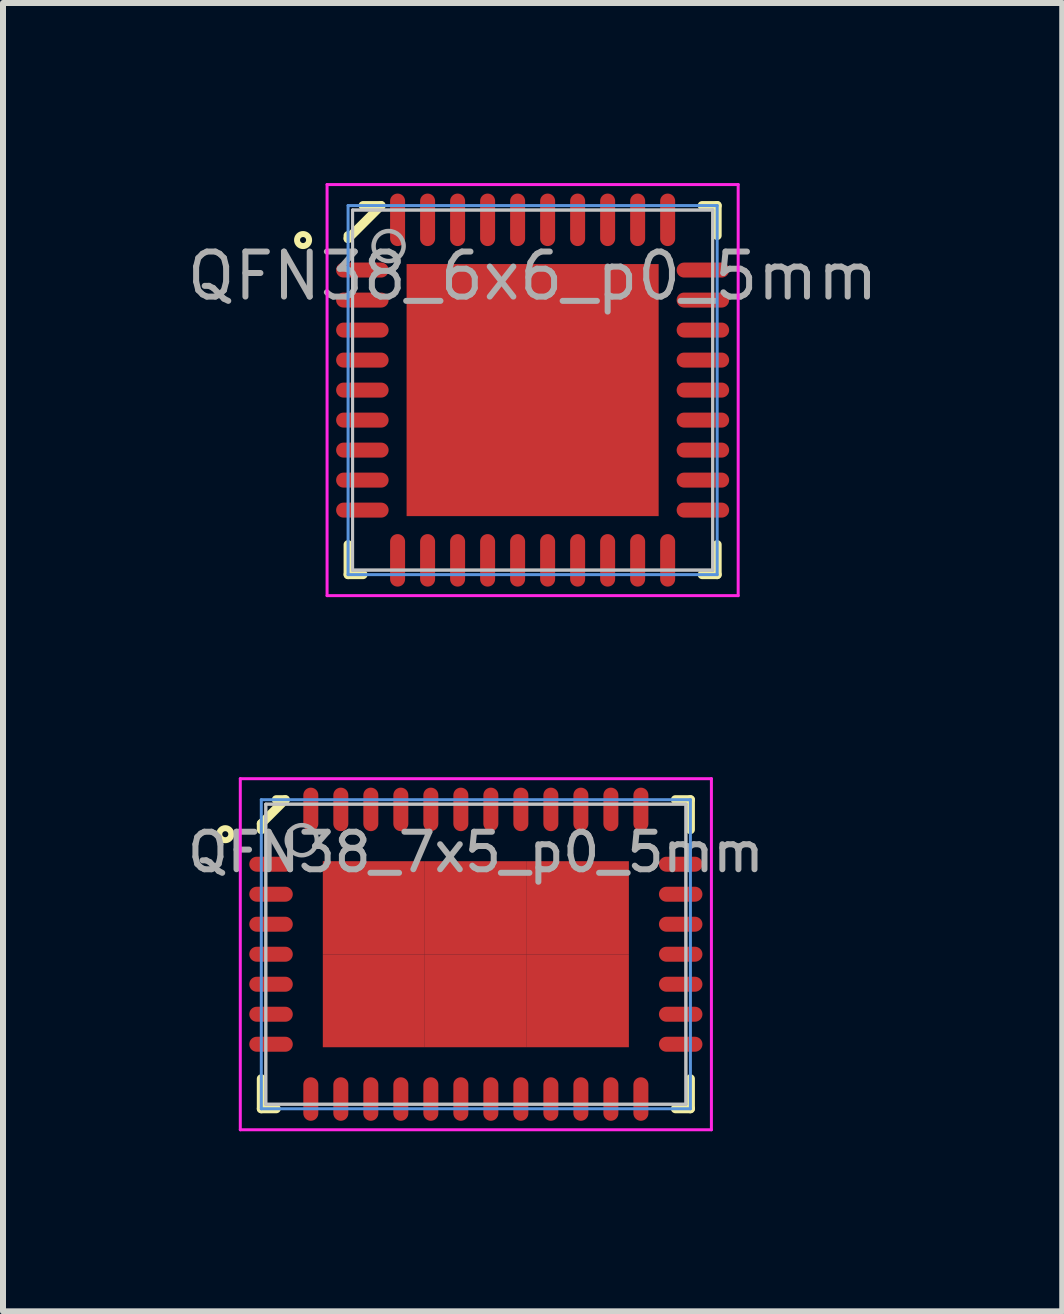
<source format=kicad_pcb>
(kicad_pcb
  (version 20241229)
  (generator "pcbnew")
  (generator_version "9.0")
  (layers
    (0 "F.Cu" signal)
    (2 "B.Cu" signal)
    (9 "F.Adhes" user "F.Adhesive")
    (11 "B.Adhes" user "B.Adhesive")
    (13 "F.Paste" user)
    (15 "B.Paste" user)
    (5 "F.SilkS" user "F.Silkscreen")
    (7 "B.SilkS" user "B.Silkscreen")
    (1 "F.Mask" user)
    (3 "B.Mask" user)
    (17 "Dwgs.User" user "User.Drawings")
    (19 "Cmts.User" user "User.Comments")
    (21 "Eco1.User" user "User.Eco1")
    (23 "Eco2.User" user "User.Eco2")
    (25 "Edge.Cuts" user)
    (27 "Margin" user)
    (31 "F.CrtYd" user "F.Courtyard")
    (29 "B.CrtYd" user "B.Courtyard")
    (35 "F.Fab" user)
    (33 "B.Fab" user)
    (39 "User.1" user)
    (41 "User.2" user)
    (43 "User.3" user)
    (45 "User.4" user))
  (footprint "QFN38_6x6_p0_5mm"
    (layer "F.Cu")
    (at 5.825 3.45)
    (property "Reference" "QFN38_6x6_p0_5mm" (at 0 -1.9 0) (layer "F.Fab") (effects (font (size 0.75 0.75) (thickness 0.1))))
    (attr through_hole)
    (fp_line (start -3.075 -2.525) (end -3.075 -2.575) (stroke (width 0.15) (type solid)) (layer "F.SilkS"))
    (fp_line (start -3.075 -2.525) (end -2.525 -3.075) (stroke (width 0.15) (type solid)) (layer "F.SilkS"))
    (fp_line (start -3.075 3.075) (end -3.075 2.575) (stroke (width 0.15) (type solid)) (layer "F.SilkS"))
    (fp_line (start -3.075 3.075) (end -2.825 3.075) (stroke (width 0.15) (type solid)) (layer "F.SilkS"))
    (fp_line (start -2.825 -3.075) (end -2.525 -3.075) (stroke (width 0.15) (type solid)) (layer "F.SilkS"))
    (fp_line (start 3.075 -3.075) (end 2.825 -3.075) (stroke (width 0.15) (type solid)) (layer "F.SilkS"))
    (fp_line (start 3.075 -3.075) (end 3.075 -2.575) (stroke (width 0.15) (type solid)) (layer "F.SilkS"))
    (fp_line (start 3.075 3.075) (end 2.825 3.075) (stroke (width 0.15) (type solid)) (layer "F.SilkS"))
    (fp_line (start 3.075 3.075) (end 3.075 2.575) (stroke (width 0.15) (type solid)) (layer "F.SilkS"))
    (fp_circle (center -3.825 -2.5) (end -3.754 -2.429) (stroke (width 0.1) (type solid)) (fill no) (layer "F.SilkS"))
    (fp_line (start -3 -3) (end -3 3) (stroke (width 0.05) (type solid)) (layer "Dwgs.User"))
    (fp_line (start -3 -3) (end 3 -3) (stroke (width 0.05) (type solid)) (layer "Dwgs.User"))
    (fp_line (start -3 3) (end 3 3) (stroke (width 0.05) (type solid)) (layer "Dwgs.User"))
    (fp_line (start 3 -3) (end 3 3) (stroke (width 0.05) (type solid)) (layer "Dwgs.User"))
    (fp_line (start -3.075 -3.075) (end -3.075 3.075) (stroke (width 0.05) (type solid)) (layer "Cmts.User"))
    (fp_line (start -3.075 -3.075) (end 3.075 -3.075) (stroke (width 0.05) (type solid)) (layer "Cmts.User"))
    (fp_line (start -3.075 3.075) (end 3.075 3.075) (stroke (width 0.05) (type solid)) (layer "Cmts.User"))
    (fp_line (start 3.075 -3.075) (end 3.075 3.075) (stroke (width 0.05) (type solid)) (layer "Cmts.User"))
    (fp_line (start -2.925 -2.925) (end -2.925 2.925) (stroke (width 0.05) (type solid)) (layer "Eco1.User"))
    (fp_line (start -2.925 -2.925) (end 2.925 -2.925) (stroke (width 0.05) (type solid)) (layer "Eco1.User"))
    (fp_line (start -2.925 2.925) (end 2.925 2.925) (stroke (width 0.05) (type solid)) (layer "Eco1.User"))
    (fp_line (start 2.925 -2.925) (end 2.925 2.925) (stroke (width 0.05) (type solid)) (layer "Eco1.User"))
    (fp_line (start -3.425 -3.425) (end -3.425 3.425) (stroke (width 0.05) (type solid)) (layer "F.CrtYd"))
    (fp_line (start -3.425 -3.425) (end 3.425 -3.425) (stroke (width 0.05) (type solid)) (layer "F.CrtYd"))
    (fp_line (start -3.425 3.425) (end 3.425 3.425) (stroke (width 0.05) (type solid)) (layer "F.CrtYd"))
    (fp_line (start 3.425 -3.425) (end 3.425 3.425) (stroke (width 0.05) (type solid)) (layer "F.CrtYd"))
    (fp_line (start -3 -3) (end -3 3) (stroke (width 0.05) (type solid)) (layer "F.Fab"))
    (fp_line (start -3 -3) (end 3 -3) (stroke (width 0.05) (type solid)) (layer "F.Fab"))
    (fp_line (start -3 3) (end 3 3) (stroke (width 0.05) (type solid)) (layer "F.Fab"))
    (fp_line (start 3 -3) (end 3 3) (stroke (width 0.05) (type solid)) (layer "F.Fab"))
    (fp_circle (center -2.4 -2.4) (end -2.223 -2.223) (stroke (width 0.075) (type solid)) (fill no) (layer "F.Fab"))
    (pad "1" smd oval (at -2.837 -2 180) (size 0.875 0.25) (layers "F.Cu" "F.Mask" "F.Paste"))
    (pad "2" smd oval (at -2.837 -1.5 180) (size 0.875 0.25) (layers "F.Cu" "F.Mask" "F.Paste"))
    (pad "3" smd oval (at -2.837 -1 180) (size 0.875 0.25) (layers "F.Cu" "F.Mask" "F.Paste"))
    (pad "4" smd oval (at -2.837 -0.5 180) (size 0.875 0.25) (layers "F.Cu" "F.Mask" "F.Paste"))
    (pad "5" smd oval (at -2.837 0 180) (size 0.875 0.25) (layers "F.Cu" "F.Mask" "F.Paste"))
    (pad "6" smd oval (at -2.837 0.5 180) (size 0.875 0.25) (layers "F.Cu" "F.Mask" "F.Paste"))
    (pad "7" smd oval (at -2.837 1 180) (size 0.875 0.25) (layers "F.Cu" "F.Mask" "F.Paste"))
    (pad "8" smd oval (at -2.837 1.5 180) (size 0.875 0.25) (layers "F.Cu" "F.Mask" "F.Paste"))
    (pad "9" smd oval (at -2.837 2 180) (size 0.875 0.25) (layers "F.Cu" "F.Mask" "F.Paste"))
    (pad "10" smd oval (at -2.25 2.837 270) (size 0.875 0.25) (layers "F.Cu" "F.Mask" "F.Paste"))
    (pad "11" smd oval (at -1.75 2.837 270) (size 0.875 0.25) (layers "F.Cu" "F.Mask" "F.Paste"))
    (pad "12" smd oval (at -1.25 2.837 270) (size 0.875 0.25) (layers "F.Cu" "F.Mask" "F.Paste"))
    (pad "13" smd oval (at -0.75 2.837 270) (size 0.875 0.25) (layers "F.Cu" "F.Mask" "F.Paste"))
    (pad "14" smd oval (at -0.25 2.837 270) (size 0.875 0.25) (layers "F.Cu" "F.Mask" "F.Paste"))
    (pad "15" smd oval (at 0.25 2.837 270) (size 0.875 0.25) (layers "F.Cu" "F.Mask" "F.Paste"))
    (pad "16" smd oval (at 0.75 2.837 270) (size 0.875 0.25) (layers "F.Cu" "F.Mask" "F.Paste"))
    (pad "17" smd oval (at 1.25 2.837 270) (size 0.875 0.25) (layers "F.Cu" "F.Mask" "F.Paste"))
    (pad "18" smd oval (at 1.75 2.837 270) (size 0.875 0.25) (layers "F.Cu" "F.Mask" "F.Paste"))
    (pad "19" smd oval (at 2.25 2.837 270) (size 0.875 0.25) (layers "F.Cu" "F.Mask" "F.Paste"))
    (pad "20" smd oval (at 2.837 2) (size 0.875 0.25) (layers "F.Cu" "F.Mask" "F.Paste"))
    (pad "21" smd oval (at 2.837 1.5) (size 0.875 0.25) (layers "F.Cu" "F.Mask" "F.Paste"))
    (pad "22" smd oval (at 2.837 1) (size 0.875 0.25) (layers "F.Cu" "F.Mask" "F.Paste"))
    (pad "23" smd oval (at 2.837 0.5) (size 0.875 0.25) (layers "F.Cu" "F.Mask" "F.Paste"))
    (pad "24" smd oval (at 2.837 0) (size 0.875 0.25) (layers "F.Cu" "F.Mask" "F.Paste"))
    (pad "25" smd oval (at 2.837 -0.5) (size 0.875 0.25) (layers "F.Cu" "F.Mask" "F.Paste"))
    (pad "26" smd oval (at 2.837 -1) (size 0.875 0.25) (layers "F.Cu" "F.Mask" "F.Paste"))
    (pad "27" smd oval (at 2.837 -1.5) (size 0.875 0.25) (layers "F.Cu" "F.Mask" "F.Paste"))
    (pad "28" smd oval (at 2.837 -2) (size 0.875 0.25) (layers "F.Cu" "F.Mask" "F.Paste"))
    (pad "29" smd oval (at 2.25 -2.837 90) (size 0.875 0.25) (layers "F.Cu" "F.Mask" "F.Paste"))
    (pad "30" smd oval (at 1.75 -2.837 90) (size 0.875 0.25) (layers "F.Cu" "F.Mask" "F.Paste"))
    (pad "31" smd oval (at 1.25 -2.837 90) (size 0.875 0.25) (layers "F.Cu" "F.Mask" "F.Paste"))
    (pad "32" smd oval (at 0.75 -2.837 90) (size 0.875 0.25) (layers "F.Cu" "F.Mask" "F.Paste"))
    (pad "33" smd oval (at 0.25 -2.837 90) (size 0.875 0.25) (layers "F.Cu" "F.Mask" "F.Paste"))
    (pad "34" smd oval (at -0.25 -2.837 90) (size 0.875 0.25) (layers "F.Cu" "F.Mask" "F.Paste"))
    (pad "35" smd oval (at -0.75 -2.837 90) (size 0.875 0.25) (layers "F.Cu" "F.Mask" "F.Paste"))
    (pad "36" smd oval (at -1.25 -2.837 90) (size 0.875 0.25) (layers "F.Cu" "F.Mask" "F.Paste"))
    (pad "37" smd oval (at -1.75 -2.837 90) (size 0.875 0.25) (layers "F.Cu" "F.Mask" "F.Paste"))
    (pad "38" smd oval (at -2.25 -2.837 90) (size 0.875 0.25) (layers "F.Cu" "F.Mask" "F.Paste"))
    (pad "39" smd rect (at 0 0) (size 4.2 4.2) (layers "F.Cu" "F.Mask" "F.Paste")))
  (footprint "QFN38_7x5_p0_5mm"
    (layer "F.Cu")
    (at 4.879 12.85)
    (property "Reference" "QFN38_7x5_p0_5mm" (at 0 -1.7 0) (layer "F.Fab") (effects (font (size 0.625 0.625) (thickness 0.1))))
    (attr through_hole)
    (fp_line (start -3.575 -2.175) (end -3.575 -2.075) (stroke (width 0.15) (type solid)) (layer "F.SilkS"))
    (fp_line (start -3.575 -2.175) (end -3.175 -2.575) (stroke (width 0.15) (type solid)) (layer "F.SilkS"))
    (fp_line (start -3.575 2.575) (end -3.575 2.075) (stroke (width 0.15) (type solid)) (layer "F.SilkS"))
    (fp_line (start -3.575 2.575) (end -3.325 2.575) (stroke (width 0.15) (type solid)) (layer "F.SilkS"))
    (fp_line (start -3.325 -2.575) (end -3.175 -2.575) (stroke (width 0.15) (type solid)) (layer "F.SilkS"))
    (fp_line (start 3.575 -2.575) (end 3.325 -2.575) (stroke (width 0.15) (type solid)) (layer "F.SilkS"))
    (fp_line (start 3.575 -2.575) (end 3.575 -2.075) (stroke (width 0.15) (type solid)) (layer "F.SilkS"))
    (fp_line (start 3.575 2.575) (end 3.325 2.575) (stroke (width 0.15) (type solid)) (layer "F.SilkS"))
    (fp_line (start 3.575 2.575) (end 3.575 2.075) (stroke (width 0.15) (type solid)) (layer "F.SilkS"))
    (fp_circle (center -4.175 -2) (end -4.104 -1.929) (stroke (width 0.1) (type solid)) (fill no) (layer "F.SilkS"))
    (fp_line (start -3.5 -2.5) (end -3.5 2.5) (stroke (width 0.05) (type solid)) (layer "Dwgs.User"))
    (fp_line (start -3.5 -2.5) (end 3.5 -2.5) (stroke (width 0.05) (type solid)) (layer "Dwgs.User"))
    (fp_line (start -3.5 2.5) (end 3.5 2.5) (stroke (width 0.05) (type solid)) (layer "Dwgs.User"))
    (fp_line (start 3.5 -2.5) (end 3.5 2.5) (stroke (width 0.05) (type solid)) (layer "Dwgs.User"))
    (fp_line (start -3.575 -2.575) (end -3.575 2.575) (stroke (width 0.05) (type solid)) (layer "Cmts.User"))
    (fp_line (start -3.575 -2.575) (end 3.575 -2.575) (stroke (width 0.05) (type solid)) (layer "Cmts.User"))
    (fp_line (start -3.575 2.575) (end 3.575 2.575) (stroke (width 0.05) (type solid)) (layer "Cmts.User"))
    (fp_line (start 3.575 -2.575) (end 3.575 2.575) (stroke (width 0.05) (type solid)) (layer "Cmts.User"))
    (fp_line (start -3.425 -2.425) (end -3.425 2.425) (stroke (width 0.05) (type solid)) (layer "Eco1.User"))
    (fp_line (start -3.425 -2.425) (end 3.425 -2.425) (stroke (width 0.05) (type solid)) (layer "Eco1.User"))
    (fp_line (start -3.425 2.425) (end 3.425 2.425) (stroke (width 0.05) (type solid)) (layer "Eco1.User"))
    (fp_line (start 3.425 -2.425) (end 3.425 2.425) (stroke (width 0.05) (type solid)) (layer "Eco1.User"))
    (fp_line (start -3.925 -2.925) (end -3.925 2.925) (stroke (width 0.05) (type solid)) (layer "F.CrtYd"))
    (fp_line (start -3.925 -2.925) (end 3.925 -2.925) (stroke (width 0.05) (type solid)) (layer "F.CrtYd"))
    (fp_line (start -3.925 2.925) (end 3.925 2.925) (stroke (width 0.05) (type solid)) (layer "F.CrtYd"))
    (fp_line (start 3.925 -2.925) (end 3.925 2.925) (stroke (width 0.05) (type solid)) (layer "F.CrtYd"))
    (fp_line (start -3.5 -2.5) (end -3.5 2.5) (stroke (width 0.05) (type solid)) (layer "F.Fab"))
    (fp_line (start -3.5 -2.5) (end 3.5 -2.5) (stroke (width 0.05) (type solid)) (layer "F.Fab"))
    (fp_line (start -3.5 2.5) (end 3.5 2.5) (stroke (width 0.05) (type solid)) (layer "F.Fab"))
    (fp_line (start 3.5 -2.5) (end 3.5 2.5) (stroke (width 0.05) (type solid)) (layer "F.Fab"))
    (fp_circle (center -2.9 -1.9) (end -2.723 -1.723) (stroke (width 0.075) (type solid)) (fill no) (layer "F.Fab"))
    (pad "1" smd oval (at -3.413 -1.5 180) (size 0.725 0.25) (layers "F.Cu" "F.Mask" "F.Paste"))
    (pad "2" smd oval (at -3.413 -1 180) (size 0.725 0.25) (layers "F.Cu" "F.Mask" "F.Paste"))
    (pad "3" smd oval (at -3.413 -0.5 180) (size 0.725 0.25) (layers "F.Cu" "F.Mask" "F.Paste"))
    (pad "4" smd oval (at -3.413 0 180) (size 0.725 0.25) (layers "F.Cu" "F.Mask" "F.Paste"))
    (pad "5" smd oval (at -3.413 0.5 180) (size 0.725 0.25) (layers "F.Cu" "F.Mask" "F.Paste"))
    (pad "6" smd oval (at -3.413 1 180) (size 0.725 0.25) (layers "F.Cu" "F.Mask" "F.Paste"))
    (pad "7" smd oval (at -3.413 1.5 180) (size 0.725 0.25) (layers "F.Cu" "F.Mask" "F.Paste"))
    (pad "8" smd oval (at -2.75 2.413 270) (size 0.725 0.25) (layers "F.Cu" "F.Mask" "F.Paste"))
    (pad "9" smd oval (at -2.25 2.413 270) (size 0.725 0.25) (layers "F.Cu" "F.Mask" "F.Paste"))
    (pad "10" smd oval (at -1.75 2.413 270) (size 0.725 0.25) (layers "F.Cu" "F.Mask" "F.Paste"))
    (pad "11" smd oval (at -1.25 2.413 270) (size 0.725 0.25) (layers "F.Cu" "F.Mask" "F.Paste"))
    (pad "12" smd oval (at -0.75 2.413 270) (size 0.725 0.25) (layers "F.Cu" "F.Mask" "F.Paste"))
    (pad "13" smd oval (at -0.25 2.413 270) (size 0.725 0.25) (layers "F.Cu" "F.Mask" "F.Paste"))
    (pad "14" smd oval (at 0.25 2.413 270) (size 0.725 0.25) (layers "F.Cu" "F.Mask" "F.Paste"))
    (pad "15" smd oval (at 0.75 2.413 270) (size 0.725 0.25) (layers "F.Cu" "F.Mask" "F.Paste"))
    (pad "16" smd oval (at 1.25 2.413 270) (size 0.725 0.25) (layers "F.Cu" "F.Mask" "F.Paste"))
    (pad "17" smd oval (at 1.75 2.413 270) (size 0.725 0.25) (layers "F.Cu" "F.Mask" "F.Paste"))
    (pad "18" smd oval (at 2.25 2.413 270) (size 0.725 0.25) (layers "F.Cu" "F.Mask" "F.Paste"))
    (pad "19" smd oval (at 2.75 2.413 270) (size 0.725 0.25) (layers "F.Cu" "F.Mask" "F.Paste"))
    (pad "20" smd oval (at 3.413 1.5) (size 0.725 0.25) (layers "F.Cu" "F.Mask" "F.Paste"))
    (pad "21" smd oval (at 3.413 1) (size 0.725 0.25) (layers "F.Cu" "F.Mask" "F.Paste"))
    (pad "22" smd oval (at 3.413 0.5) (size 0.725 0.25) (layers "F.Cu" "F.Mask" "F.Paste"))
    (pad "23" smd oval (at 3.413 0) (size 0.725 0.25) (layers "F.Cu" "F.Mask" "F.Paste"))
    (pad "24" smd oval (at 3.413 -0.5) (size 0.725 0.25) (layers "F.Cu" "F.Mask" "F.Paste"))
    (pad "25" smd oval (at 3.413 -1) (size 0.725 0.25) (layers "F.Cu" "F.Mask" "F.Paste"))
    (pad "26" smd oval (at 3.413 -1.5) (size 0.725 0.25) (layers "F.Cu" "F.Mask" "F.Paste"))
    (pad "27" smd oval (at 2.75 -2.413 90) (size 0.725 0.25) (layers "F.Cu" "F.Mask" "F.Paste"))
    (pad "28" smd oval (at 2.25 -2.413 90) (size 0.725 0.25) (layers "F.Cu" "F.Mask" "F.Paste"))
    (pad "29" smd oval (at 1.75 -2.413 90) (size 0.725 0.25) (layers "F.Cu" "F.Mask" "F.Paste"))
    (pad "30" smd oval (at 1.25 -2.413 90) (size 0.725 0.25) (layers "F.Cu" "F.Mask" "F.Paste"))
    (pad "31" smd oval (at 0.75 -2.413 90) (size 0.725 0.25) (layers "F.Cu" "F.Mask" "F.Paste"))
    (pad "32" smd oval (at 0.25 -2.413 90) (size 0.725 0.25) (layers "F.Cu" "F.Mask" "F.Paste"))
    (pad "33" smd oval (at -0.25 -2.413 90) (size 0.725 0.25) (layers "F.Cu" "F.Mask" "F.Paste"))
    (pad "34" smd oval (at -0.75 -2.413 90) (size 0.725 0.25) (layers "F.Cu" "F.Mask" "F.Paste"))
    (pad "35" smd oval (at -1.25 -2.413 90) (size 0.725 0.25) (layers "F.Cu" "F.Mask" "F.Paste"))
    (pad "36" smd oval (at -1.75 -2.413 90) (size 0.725 0.25) (layers "F.Cu" "F.Mask" "F.Paste"))
    (pad "37" smd oval (at -2.25 -2.413 90) (size 0.725 0.25) (layers "F.Cu" "F.Mask" "F.Paste"))
    (pad "38" smd oval (at -2.75 -2.413 90) (size 0.725 0.25) (layers "F.Cu" "F.Mask" "F.Paste"))
    (pad "39" smd rect (at -1.7 -0.775) (size 1.7 1.55) (layers "F.Cu" "F.Mask" "F.Paste"))
    (pad "39" smd rect (at -1.7 0.775) (size 1.7 1.55) (layers "F.Cu" "F.Mask" "F.Paste"))
    (pad "39" smd rect (at 0 -0.775) (size 1.7 1.55) (layers "F.Cu" "F.Mask" "F.Paste"))
    (pad "39" smd rect (at 0 0.775) (size 1.7 1.55) (layers "F.Cu" "F.Mask" "F.Paste"))
    (pad "39" smd rect (at 1.7 -0.775) (size 1.7 1.55) (layers "F.Cu" "F.Mask" "F.Paste"))
    (pad "39" smd rect (at 1.7 0.775) (size 1.7 1.55) (layers "F.Cu" "F.Mask" "F.Paste")))
  (gr_rect
    (start -3 -3)
    (end 14.65 18.8)
    (stroke (width 0.1) (type default))
    (fill no)
    (layer "Edge.Cuts")))
</source>
